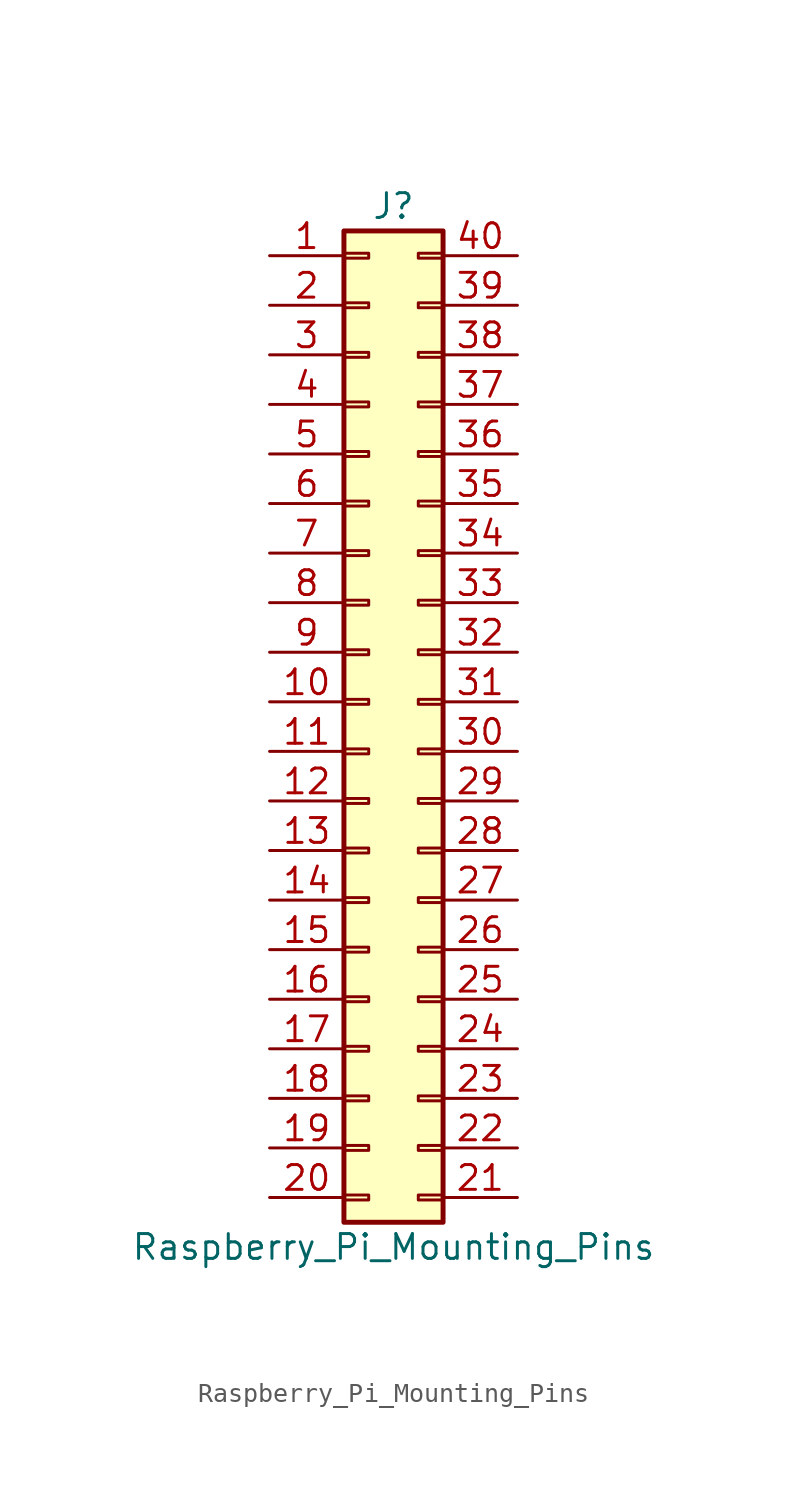
<source format=kicad_sym>
(kicad_symbol_lib
  (version 20231120)
  (generator "kicad_symbol_editor")
  (generator_version "8.0")
  (symbol "Raspberry_Pi_Mounting_Pins"
    (pin_names
      (offset 1.016) hide)
    (property "Reference" "J"
      (at 1.27 25.4 0)
      (effects (font (size 1.27 1.27))))
    (property "Value" "Raspberry_Pi_Mounting_Pins"
      (at 1.27 -27.94 0)
      (effects (font (size 1.27 1.27))))
    (symbol "Raspberry_Pi_Mounting_Pins_1_1"
      (rectangle (start -1.27 -25.273) (end 0 -25.527) (stroke (width 0.152) (type default)) (fill (type none)))
      (rectangle (start -1.27 -22.733) (end 0 -22.987) (stroke (width 0.152) (type default)) (fill (type none)))
      (rectangle (start -1.27 -20.193) (end 0 -20.447) (stroke (width 0.152) (type default)) (fill (type none)))
      (rectangle (start -1.27 -17.653) (end 0 -17.907) (stroke (width 0.152) (type default)) (fill (type none)))
      (rectangle (start -1.27 -15.113) (end 0 -15.367) (stroke (width 0.152) (type default)) (fill (type none)))
      (rectangle (start -1.27 -12.573) (end 0 -12.827) (stroke (width 0.152) (type default)) (fill (type none)))
      (rectangle (start -1.27 -10.033) (end 0 -10.287) (stroke (width 0.152) (type default)) (fill (type none)))
      (rectangle (start -1.27 -7.493) (end 0 -7.747) (stroke (width 0.152) (type default)) (fill (type none)))
      (rectangle (start -1.27 -4.953) (end 0 -5.207) (stroke (width 0.152) (type default)) (fill (type none)))
      (rectangle (start -1.27 -2.413) (end 0 -2.667) (stroke (width 0.152) (type default)) (fill (type none)))
      (rectangle (start -1.27 0.127) (end 0 -0.127) (stroke (width 0.152) (type default)) (fill (type none)))
      (rectangle (start -1.27 2.667) (end 0 2.413) (stroke (width 0.152) (type default)) (fill (type none)))
      (rectangle (start -1.27 5.207) (end 0 4.953) (stroke (width 0.152) (type default)) (fill (type none)))
      (rectangle (start -1.27 7.747) (end 0 7.493) (stroke (width 0.152) (type default)) (fill (type none)))
      (rectangle (start -1.27 10.287) (end 0 10.033) (stroke (width 0.152) (type default)) (fill (type none)))
      (rectangle (start -1.27 12.827) (end 0 12.573) (stroke (width 0.152) (type default)) (fill (type none)))
      (rectangle (start -1.27 15.367) (end 0 15.113) (stroke (width 0.152) (type default)) (fill (type none)))
      (rectangle (start -1.27 17.907) (end 0 17.653) (stroke (width 0.152) (type default)) (fill (type none)))
      (rectangle (start -1.27 20.447) (end 0 20.193) (stroke (width 0.152) (type default)) (fill (type none)))
      (rectangle (start -1.27 22.987) (end 0 22.733) (stroke (width 0.152) (type default)) (fill (type none)))
      (rectangle (start -1.27 24.13) (end 3.81 -26.67) (stroke (width 0.254) (type default)) (fill (type background)))
      (rectangle (start 3.81 -25.273) (end 2.54 -25.527) (stroke (width 0.152) (type default)) (fill (type none)))
      (rectangle (start 3.81 -22.733) (end 2.54 -22.987) (stroke (width 0.152) (type default)) (fill (type none)))
      (rectangle (start 3.81 -20.193) (end 2.54 -20.447) (stroke (width 0.152) (type default)) (fill (type none)))
      (rectangle (start 3.81 -17.653) (end 2.54 -17.907) (stroke (width 0.152) (type default)) (fill (type none)))
      (rectangle (start 3.81 -15.113) (end 2.54 -15.367) (stroke (width 0.152) (type default)) (fill (type none)))
      (rectangle (start 3.81 -12.573) (end 2.54 -12.827) (stroke (width 0.152) (type default)) (fill (type none)))
      (rectangle (start 3.81 -10.033) (end 2.54 -10.287) (stroke (width 0.152) (type default)) (fill (type none)))
      (rectangle (start 3.81 -7.493) (end 2.54 -7.747) (stroke (width 0.152) (type default)) (fill (type none)))
      (rectangle (start 3.81 -4.953) (end 2.54 -5.207) (stroke (width 0.152) (type default)) (fill (type none)))
      (rectangle (start 3.81 -2.413) (end 2.54 -2.667) (stroke (width 0.152) (type default)) (fill (type none)))
      (rectangle (start 3.81 0.127) (end 2.54 -0.127) (stroke (width 0.152) (type default)) (fill (type none)))
      (rectangle (start 3.81 2.667) (end 2.54 2.413) (stroke (width 0.152) (type default)) (fill (type none)))
      (rectangle (start 3.81 5.207) (end 2.54 4.953) (stroke (width 0.152) (type default)) (fill (type none)))
      (rectangle (start 3.81 7.747) (end 2.54 7.493) (stroke (width 0.152) (type default)) (fill (type none)))
      (rectangle (start 3.81 10.287) (end 2.54 10.033) (stroke (width 0.152) (type default)) (fill (type none)))
      (rectangle (start 3.81 12.827) (end 2.54 12.573) (stroke (width 0.152) (type default)) (fill (type none)))
      (rectangle (start 3.81 15.367) (end 2.54 15.113) (stroke (width 0.152) (type default)) (fill (type none)))
      (rectangle (start 3.81 17.907) (end 2.54 17.653) (stroke (width 0.152) (type default)) (fill (type none)))
      (rectangle (start 3.81 20.447) (end 2.54 20.193) (stroke (width 0.152) (type default)) (fill (type none)))
      (rectangle (start 3.81 22.987) (end 2.54 22.733) (stroke (width 0.152) (type default)) (fill (type none)))
      (pin power_out line (at -5.08 22.86 0) (length 3.81) (name "3.3v" (effects (font (size 1.27 1.27)))) (number "1" (effects (font (size 1.27 1.27)))))
      (pin bidirectional line (at -5.08 0 0) (length 3.81) (name "P10" (effects (font (size 1.27 1.27)))) (number "10" (effects (font (size 1.27 1.27)))))
      (pin bidirectional line (at -5.08 -2.54 0) (length 3.81) (name "P09" (effects (font (size 1.27 1.27)))) (number "11" (effects (font (size 1.27 1.27)))))
      (pin bidirectional line (at -5.08 -5.08 0) (length 3.81) (name "P11" (effects (font (size 1.27 1.27)))) (number "12" (effects (font (size 1.27 1.27)))))
      (pin passive line (at -5.08 -7.62 0) (length 3.81) (name "Gnd" (effects (font (size 1.27 1.27)))) (number "13" (effects (font (size 1.27 1.27)))))
      (pin input line (at -5.08 -10.16 0) (length 3.81) (name "Dat" (effects (font (size 1.27 1.27)))) (number "14" (effects (font (size 1.27 1.27)))))
      (pin bidirectional line (at -5.08 -12.7 0) (length 3.81) (name "P05" (effects (font (size 1.27 1.27)))) (number "15" (effects (font (size 1.27 1.27)))))
      (pin bidirectional line (at -5.08 -15.24 0) (length 3.81) (name "P06" (effects (font (size 1.27 1.27)))) (number "16" (effects (font (size 1.27 1.27)))))
      (pin bidirectional line (at -5.08 -17.78 0) (length 3.81) (name "P13" (effects (font (size 1.27 1.27)))) (number "17" (effects (font (size 1.27 1.27)))))
      (pin bidirectional line (at -5.08 -20.32 0) (length 3.81) (name "P19" (effects (font (size 1.27 1.27)))) (number "18" (effects (font (size 1.27 1.27)))))
      (pin bidirectional line (at -5.08 -22.86 0) (length 3.81) (name "P26" (effects (font (size 1.27 1.27)))) (number "19" (effects (font (size 1.27 1.27)))))
      (pin bidirectional line (at -5.08 20.32 0) (length 3.81) (name "P03" (effects (font (size 1.27 1.27)))) (number "2" (effects (font (size 1.27 1.27)))))
      (pin passive line (at -5.08 -25.4 0) (length 3.81) (name "Gnd" (effects (font (size 1.27 1.27)))) (number "20" (effects (font (size 1.27 1.27)))))
      (pin bidirectional line (at 7.62 -25.4 180) (length 3.81) (name "P21" (effects (font (size 1.27 1.27)))) (number "21" (effects (font (size 1.27 1.27)))))
      (pin bidirectional line (at 7.62 -22.86 180) (length 3.81) (name "P20" (effects (font (size 1.27 1.27)))) (number "22" (effects (font (size 1.27 1.27)))))
      (pin bidirectional line (at 7.62 -20.32 180) (length 3.81) (name "P16" (effects (font (size 1.27 1.27)))) (number "23" (effects (font (size 1.27 1.27)))))
      (pin passive line (at 7.62 -17.78 180) (length 3.81) (name "Gnd" (effects (font (size 1.27 1.27)))) (number "24" (effects (font (size 1.27 1.27)))))
      (pin bidirectional line (at 7.62 -15.24 180) (length 3.81) (name "P12" (effects (font (size 1.27 1.27)))) (number "25" (effects (font (size 1.27 1.27)))))
      (pin passive line (at 7.62 -12.7 180) (length 3.81) (name "Gnd" (effects (font (size 1.27 1.27)))) (number "26" (effects (font (size 1.27 1.27)))))
      (pin input line (at 7.62 -10.16 180) (length 3.81) (name "Dat" (effects (font (size 1.27 1.27)))) (number "27" (effects (font (size 1.27 1.27)))))
      (pin bidirectional line (at 7.62 -7.62 180) (length 3.81) (name "P07" (effects (font (size 1.27 1.27)))) (number "28" (effects (font (size 1.27 1.27)))))
      (pin bidirectional line (at 7.62 -5.08 180) (length 3.81) (name "P08" (effects (font (size 1.27 1.27)))) (number "29" (effects (font (size 1.27 1.27)))))
      (pin bidirectional line (at -5.08 17.78 0) (length 3.81) (name "P03" (effects (font (size 1.27 1.27)))) (number "3" (effects (font (size 1.27 1.27)))))
      (pin bidirectional line (at 7.62 -2.54 180) (length 3.81) (name "P25" (effects (font (size 1.27 1.27)))) (number "30" (effects (font (size 1.27 1.27)))))
      (pin passive line (at 7.62 0 180) (length 3.81) (name "Gnd" (effects (font (size 1.27 1.27)))) (number "31" (effects (font (size 1.27 1.27)))))
      (pin bidirectional line (at 7.62 2.54 180) (length 3.81) (name "P24" (effects (font (size 1.27 1.27)))) (number "32" (effects (font (size 1.27 1.27)))))
      (pin bidirectional line (at 7.62 5.08 180) (length 3.81) (name "P23" (effects (font (size 1.27 1.27)))) (number "33" (effects (font (size 1.27 1.27)))))
      (pin passive line (at 7.62 7.62 180) (length 3.81) (name "Gnd" (effects (font (size 1.27 1.27)))) (number "34" (effects (font (size 1.27 1.27)))))
      (pin bidirectional line (at 7.62 10.16 180) (length 3.81) (name "P18" (effects (font (size 1.27 1.27)))) (number "35" (effects (font (size 1.27 1.27)))))
      (pin bidirectional line (at 7.62 12.7 180) (length 3.81) (name "P15" (effects (font (size 1.27 1.27)))) (number "36" (effects (font (size 1.27 1.27)))))
      (pin bidirectional line (at 7.62 15.24 180) (length 3.81) (name "P14" (effects (font (size 1.27 1.27)))) (number "37" (effects (font (size 1.27 1.27)))))
      (pin passive line (at 7.62 17.78 180) (length 3.81) (name "Gnd" (effects (font (size 1.27 1.27)))) (number "38" (effects (font (size 1.27 1.27)))))
      (pin power_out line (at 7.62 20.32 180) (length 3.81) (name "5v" (effects (font (size 1.27 1.27)))) (number "39" (effects (font (size 1.27 1.27)))))
      (pin bidirectional line (at -5.08 15.24 0) (length 3.81) (name "P04" (effects (font (size 1.27 1.27)))) (number "4" (effects (font (size 1.27 1.27)))))
      (pin power_out line (at 7.62 22.86 180) (length 3.81) (name "5v" (effects (font (size 1.27 1.27)))) (number "40" (effects (font (size 1.27 1.27)))))
      (pin passive line (at -5.08 12.7 0) (length 3.81) (name "Gnd" (effects (font (size 1.27 1.27)))) (number "5" (effects (font (size 1.27 1.27)))))
      (pin bidirectional line (at -5.08 10.16 0) (length 3.81) (name "P17" (effects (font (size 1.27 1.27)))) (number "6" (effects (font (size 1.27 1.27)))))
      (pin bidirectional line (at -5.08 7.62 0) (length 3.81) (name "P27" (effects (font (size 1.27 1.27)))) (number "7" (effects (font (size 1.27 1.27)))))
      (pin bidirectional line (at -5.08 5.08 0) (length 3.81) (name "P22" (effects (font (size 1.27 1.27)))) (number "8" (effects (font (size 1.27 1.27)))))
      (pin power_out line (at -5.08 2.54 0) (length 3.81) (name "3.3v" (effects (font (size 1.27 1.27)))) (number "9" (effects (font (size 1.27 1.27))))))))
</source>
